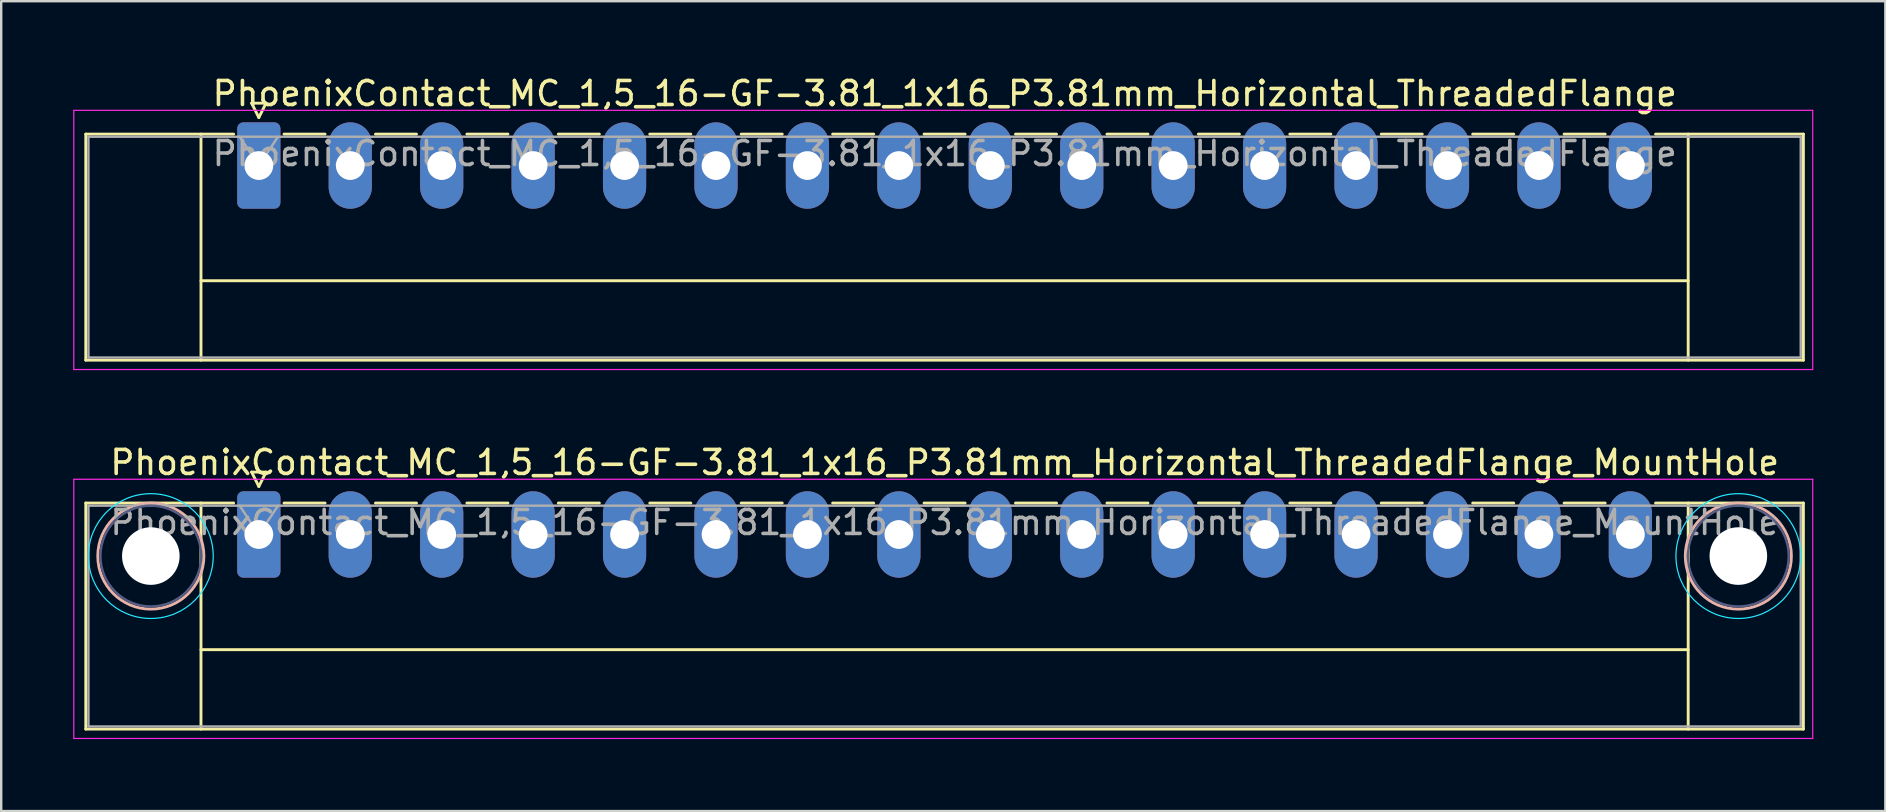
<source format=kicad_pcb>
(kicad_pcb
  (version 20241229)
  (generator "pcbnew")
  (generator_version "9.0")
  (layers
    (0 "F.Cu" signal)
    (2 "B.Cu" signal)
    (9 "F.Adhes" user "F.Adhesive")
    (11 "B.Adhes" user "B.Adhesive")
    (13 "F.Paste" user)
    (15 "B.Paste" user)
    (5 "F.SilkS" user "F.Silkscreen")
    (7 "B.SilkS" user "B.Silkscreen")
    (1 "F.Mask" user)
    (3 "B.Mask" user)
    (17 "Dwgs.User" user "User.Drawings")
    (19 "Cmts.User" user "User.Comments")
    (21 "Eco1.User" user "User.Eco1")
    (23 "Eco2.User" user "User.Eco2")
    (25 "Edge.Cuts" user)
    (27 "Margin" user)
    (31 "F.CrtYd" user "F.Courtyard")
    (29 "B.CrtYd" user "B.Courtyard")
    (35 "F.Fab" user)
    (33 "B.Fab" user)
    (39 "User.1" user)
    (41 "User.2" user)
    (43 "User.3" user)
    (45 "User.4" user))
  (footprint "PhoenixContact_MC_1,5_16-GF-3.81_1x16_P3.81mm_Horizontal_ThreadedFlange"
    (layer "F.Cu")
    (at 7.735 3.848)
    (property "Reference" "PhoenixContact_MC_1,5_16-GF-3.81_1x16_P3.81mm_Horizontal_ThreadedFlange" (at 28.58 -3 0) (layer "F.SilkS") (effects (font (size 1 1) (thickness 0.15))))
    (attr through_hole)
    (fp_line (start -7.21 -1.31) (end -7.21 8.11) (stroke (width 0.12) (type solid)) (layer "F.SilkS"))
    (fp_line (start -7.21 -1.31) (end -1.05 -1.31) (stroke (width 0.12) (type solid)) (layer "F.SilkS"))
    (fp_line (start -7.21 8.11) (end 64.36 8.11) (stroke (width 0.12) (type solid)) (layer "F.SilkS"))
    (fp_line (start -2.41 -1.31) (end -2.41 8.11) (stroke (width 0.12) (type solid)) (layer "F.SilkS"))
    (fp_line (start -2.41 4.8) (end 59.56 4.8) (stroke (width 0.12) (type solid)) (layer "F.SilkS"))
    (fp_line (start -0.3 -2.6) (end 0.3 -2.6) (stroke (width 0.12) (type solid)) (layer "F.SilkS"))
    (fp_line (start 0 -2) (end -0.3 -2.6) (stroke (width 0.12) (type solid)) (layer "F.SilkS"))
    (fp_line (start 0.3 -2.6) (end 0 -2) (stroke (width 0.12) (type solid)) (layer "F.SilkS"))
    (fp_line (start 1.05 -1.31) (end 2.76 -1.31) (stroke (width 0.12) (type solid)) (layer "F.SilkS"))
    (fp_line (start 4.86 -1.31) (end 6.57 -1.31) (stroke (width 0.12) (type solid)) (layer "F.SilkS"))
    (fp_line (start 8.67 -1.31) (end 10.38 -1.31) (stroke (width 0.12) (type solid)) (layer "F.SilkS"))
    (fp_line (start 12.48 -1.31) (end 14.19 -1.31) (stroke (width 0.12) (type solid)) (layer "F.SilkS"))
    (fp_line (start 16.29 -1.31) (end 18 -1.31) (stroke (width 0.12) (type solid)) (layer "F.SilkS"))
    (fp_line (start 20.1 -1.31) (end 21.81 -1.31) (stroke (width 0.12) (type solid)) (layer "F.SilkS"))
    (fp_line (start 23.91 -1.31) (end 25.62 -1.31) (stroke (width 0.12) (type solid)) (layer "F.SilkS"))
    (fp_line (start 27.72 -1.31) (end 29.43 -1.31) (stroke (width 0.12) (type solid)) (layer "F.SilkS"))
    (fp_line (start 31.53 -1.31) (end 33.24 -1.31) (stroke (width 0.12) (type solid)) (layer "F.SilkS"))
    (fp_line (start 35.34 -1.31) (end 37.05 -1.31) (stroke (width 0.12) (type solid)) (layer "F.SilkS"))
    (fp_line (start 39.15 -1.31) (end 40.86 -1.31) (stroke (width 0.12) (type solid)) (layer "F.SilkS"))
    (fp_line (start 42.96 -1.31) (end 44.67 -1.31) (stroke (width 0.12) (type solid)) (layer "F.SilkS"))
    (fp_line (start 46.77 -1.31) (end 48.48 -1.31) (stroke (width 0.12) (type solid)) (layer "F.SilkS"))
    (fp_line (start 50.58 -1.31) (end 52.29 -1.31) (stroke (width 0.12) (type solid)) (layer "F.SilkS"))
    (fp_line (start 54.39 -1.31) (end 56.1 -1.31) (stroke (width 0.12) (type solid)) (layer "F.SilkS"))
    (fp_line (start 59.56 -1.31) (end 59.56 8.11) (stroke (width 0.12) (type solid)) (layer "F.SilkS"))
    (fp_line (start 64.36 -1.31) (end 58.2 -1.31) (stroke (width 0.12) (type solid)) (layer "F.SilkS"))
    (fp_line (start 64.36 8.11) (end 64.36 -1.31) (stroke (width 0.12) (type solid)) (layer "F.SilkS"))
    (fp_line (start -7.71 -2.3) (end -7.71 8.5) (stroke (width 0.05) (type solid)) (layer "F.CrtYd"))
    (fp_line (start -7.71 8.5) (end 64.75 8.5) (stroke (width 0.05) (type solid)) (layer "F.CrtYd"))
    (fp_line (start 64.75 -2.3) (end -7.71 -2.3) (stroke (width 0.05) (type solid)) (layer "F.CrtYd"))
    (fp_line (start 64.75 8.5) (end 64.75 -2.3) (stroke (width 0.05) (type solid)) (layer "F.CrtYd"))
    (fp_line (start -7.1 -1.2) (end -7.1 8) (stroke (width 0.1) (type solid)) (layer "F.Fab"))
    (fp_line (start -7.1 8) (end 64.25 8) (stroke (width 0.1) (type solid)) (layer "F.Fab"))
    (fp_line (start 0 0) (end -0.8 -1.2) (stroke (width 0.1) (type solid)) (layer "F.Fab"))
    (fp_line (start 0.8 -1.2) (end 0 0) (stroke (width 0.1) (type solid)) (layer "F.Fab"))
    (fp_line (start 64.25 -1.2) (end -7.1 -1.2) (stroke (width 0.1) (type solid)) (layer "F.Fab"))
    (fp_line (start 64.25 8) (end 64.25 -1.2) (stroke (width 0.1) (type solid)) (layer "F.Fab"))
    (fp_text user "${REFERENCE}" (at 28.58 -0.5 0) (layer "F.Fab") (effects (font (size 1 1) (thickness 0.15))))
    (pad "1" thru_hole roundrect (at 0 0) (size 1.8 3.6) (drill 1.2) (layers "*.Cu" "*.Mask") (roundrect_rratio 0.139))
    (pad "2" thru_hole oval (at 3.81 0) (size 1.8 3.6) (drill 1.2) (layers "*.Cu" "*.Mask"))
    (pad "3" thru_hole oval (at 7.62 0) (size 1.8 3.6) (drill 1.2) (layers "*.Cu" "*.Mask"))
    (pad "4" thru_hole oval (at 11.43 0) (size 1.8 3.6) (drill 1.2) (layers "*.Cu" "*.Mask"))
    (pad "5" thru_hole oval (at 15.24 0) (size 1.8 3.6) (drill 1.2) (layers "*.Cu" "*.Mask"))
    (pad "6" thru_hole oval (at 19.05 0) (size 1.8 3.6) (drill 1.2) (layers "*.Cu" "*.Mask"))
    (pad "7" thru_hole oval (at 22.86 0) (size 1.8 3.6) (drill 1.2) (layers "*.Cu" "*.Mask"))
    (pad "8" thru_hole oval (at 26.67 0) (size 1.8 3.6) (drill 1.2) (layers "*.Cu" "*.Mask"))
    (pad "9" thru_hole oval (at 30.48 0) (size 1.8 3.6) (drill 1.2) (layers "*.Cu" "*.Mask"))
    (pad "10" thru_hole oval (at 34.29 0) (size 1.8 3.6) (drill 1.2) (layers "*.Cu" "*.Mask"))
    (pad "11" thru_hole oval (at 38.1 0) (size 1.8 3.6) (drill 1.2) (layers "*.Cu" "*.Mask"))
    (pad "12" thru_hole oval (at 41.91 0) (size 1.8 3.6) (drill 1.2) (layers "*.Cu" "*.Mask"))
    (pad "13" thru_hole oval (at 45.72 0) (size 1.8 3.6) (drill 1.2) (layers "*.Cu" "*.Mask"))
    (pad "14" thru_hole oval (at 49.53 0) (size 1.8 3.6) (drill 1.2) (layers "*.Cu" "*.Mask"))
    (pad "15" thru_hole oval (at 53.34 0) (size 1.8 3.6) (drill 1.2) (layers "*.Cu" "*.Mask"))
    (pad "16" thru_hole oval (at 57.15 0) (size 1.8 3.6) (drill 1.2) (layers "*.Cu" "*.Mask")))
  (footprint "PhoenixContact_MC_1,5_16-GF-3.81_1x16_P3.81mm_Horizontal_ThreadedFlange_MountHole"
    (layer "F.Cu")
    (at 7.735 19.221)
    (property "Reference" "PhoenixContact_MC_1,5_16-GF-3.81_1x16_P3.81mm_Horizontal_ThreadedFlange_MountHole" (at 28.58 -3 0) (layer "F.SilkS") (effects (font (size 1 1) (thickness 0.15))))
    (attr through_hole)
    (fp_line (start -7.21 -1.31) (end -7.21 8.11) (stroke (width 0.12) (type solid)) (layer "F.SilkS"))
    (fp_line (start -7.21 -1.31) (end -1.05 -1.31) (stroke (width 0.12) (type solid)) (layer "F.SilkS"))
    (fp_line (start -7.21 8.11) (end 64.36 8.11) (stroke (width 0.12) (type solid)) (layer "F.SilkS"))
    (fp_line (start -2.41 -1.31) (end -2.41 8.11) (stroke (width 0.12) (type solid)) (layer "F.SilkS"))
    (fp_line (start -2.41 4.8) (end 59.56 4.8) (stroke (width 0.12) (type solid)) (layer "F.SilkS"))
    (fp_line (start -0.3 -2.6) (end 0.3 -2.6) (stroke (width 0.12) (type solid)) (layer "F.SilkS"))
    (fp_line (start 0 -2) (end -0.3 -2.6) (stroke (width 0.12) (type solid)) (layer "F.SilkS"))
    (fp_line (start 0.3 -2.6) (end 0 -2) (stroke (width 0.12) (type solid)) (layer "F.SilkS"))
    (fp_line (start 1.05 -1.31) (end 2.76 -1.31) (stroke (width 0.12) (type solid)) (layer "F.SilkS"))
    (fp_line (start 4.86 -1.31) (end 6.57 -1.31) (stroke (width 0.12) (type solid)) (layer "F.SilkS"))
    (fp_line (start 8.67 -1.31) (end 10.38 -1.31) (stroke (width 0.12) (type solid)) (layer "F.SilkS"))
    (fp_line (start 12.48 -1.31) (end 14.19 -1.31) (stroke (width 0.12) (type solid)) (layer "F.SilkS"))
    (fp_line (start 16.29 -1.31) (end 18 -1.31) (stroke (width 0.12) (type solid)) (layer "F.SilkS"))
    (fp_line (start 20.1 -1.31) (end 21.81 -1.31) (stroke (width 0.12) (type solid)) (layer "F.SilkS"))
    (fp_line (start 23.91 -1.31) (end 25.62 -1.31) (stroke (width 0.12) (type solid)) (layer "F.SilkS"))
    (fp_line (start 27.72 -1.31) (end 29.43 -1.31) (stroke (width 0.12) (type solid)) (layer "F.SilkS"))
    (fp_line (start 31.53 -1.31) (end 33.24 -1.31) (stroke (width 0.12) (type solid)) (layer "F.SilkS"))
    (fp_line (start 35.34 -1.31) (end 37.05 -1.31) (stroke (width 0.12) (type solid)) (layer "F.SilkS"))
    (fp_line (start 39.15 -1.31) (end 40.86 -1.31) (stroke (width 0.12) (type solid)) (layer "F.SilkS"))
    (fp_line (start 42.96 -1.31) (end 44.67 -1.31) (stroke (width 0.12) (type solid)) (layer "F.SilkS"))
    (fp_line (start 46.77 -1.31) (end 48.48 -1.31) (stroke (width 0.12) (type solid)) (layer "F.SilkS"))
    (fp_line (start 50.58 -1.31) (end 52.29 -1.31) (stroke (width 0.12) (type solid)) (layer "F.SilkS"))
    (fp_line (start 54.39 -1.31) (end 56.1 -1.31) (stroke (width 0.12) (type solid)) (layer "F.SilkS"))
    (fp_line (start 59.56 -1.31) (end 59.56 8.11) (stroke (width 0.12) (type solid)) (layer "F.SilkS"))
    (fp_line (start 64.36 -1.31) (end 58.2 -1.31) (stroke (width 0.12) (type solid)) (layer "F.SilkS"))
    (fp_line (start 64.36 8.11) (end 64.36 -1.31) (stroke (width 0.12) (type solid)) (layer "F.SilkS"))
    (fp_circle (center -4.5 0.9) (end -2.29 0.9) (stroke (width 0.12) (type solid)) (fill no) (layer "B.SilkS"))
    (fp_circle (center 61.65 0.9) (end 63.86 0.9) (stroke (width 0.12) (type solid)) (fill no) (layer "B.SilkS"))
    (fp_circle (center -4.5 0.9) (end -1.9 0.9) (stroke (width 0.05) (type solid)) (fill no) (layer "B.CrtYd"))
    (fp_circle (center 61.65 0.9) (end 64.25 0.9) (stroke (width 0.05) (type solid)) (fill no) (layer "B.CrtYd"))
    (fp_line (start -7.71 -2.3) (end -7.71 8.5) (stroke (width 0.05) (type solid)) (layer "F.CrtYd"))
    (fp_line (start -7.71 8.5) (end 64.75 8.5) (stroke (width 0.05) (type solid)) (layer "F.CrtYd"))
    (fp_line (start 64.75 -2.3) (end -7.71 -2.3) (stroke (width 0.05) (type solid)) (layer "F.CrtYd"))
    (fp_line (start 64.75 8.5) (end 64.75 -2.3) (stroke (width 0.05) (type solid)) (layer "F.CrtYd"))
    (fp_circle (center -4.5 0.9) (end -2.4 0.9) (stroke (width 0.1) (type solid)) (fill no) (layer "B.Fab"))
    (fp_circle (center 61.65 0.9) (end 63.75 0.9) (stroke (width 0.1) (type solid)) (fill no) (layer "B.Fab"))
    (fp_line (start -7.1 -1.2) (end -7.1 8) (stroke (width 0.1) (type solid)) (layer "F.Fab"))
    (fp_line (start -7.1 8) (end 64.25 8) (stroke (width 0.1) (type solid)) (layer "F.Fab"))
    (fp_line (start 0 0) (end -0.8 -1.2) (stroke (width 0.1) (type solid)) (layer "F.Fab"))
    (fp_line (start 0.8 -1.2) (end 0 0) (stroke (width 0.1) (type solid)) (layer "F.Fab"))
    (fp_line (start 64.25 -1.2) (end -7.1 -1.2) (stroke (width 0.1) (type solid)) (layer "F.Fab"))
    (fp_line (start 64.25 8) (end 64.25 -1.2) (stroke (width 0.1) (type solid)) (layer "F.Fab"))
    (fp_text user "${REFERENCE}" (at 28.58 -0.5 0) (layer "F.Fab") (effects (font (size 1 1) (thickness 0.15))))
    (pad "" np_thru_hole circle (at -4.5 0.9) (size 2.4 2.4) (drill 2.4) (layers "*.Cu" "*.Mask"))
    (pad "" np_thru_hole circle (at 61.65 0.9) (size 2.4 2.4) (drill 2.4) (layers "*.Cu" "*.Mask"))
    (pad "1" thru_hole roundrect (at 0 0) (size 1.8 3.6) (drill 1.2) (layers "*.Cu" "*.Mask") (roundrect_rratio 0.139))
    (pad "2" thru_hole oval (at 3.81 0) (size 1.8 3.6) (drill 1.2) (layers "*.Cu" "*.Mask"))
    (pad "3" thru_hole oval (at 7.62 0) (size 1.8 3.6) (drill 1.2) (layers "*.Cu" "*.Mask"))
    (pad "4" thru_hole oval (at 11.43 0) (size 1.8 3.6) (drill 1.2) (layers "*.Cu" "*.Mask"))
    (pad "5" thru_hole oval (at 15.24 0) (size 1.8 3.6) (drill 1.2) (layers "*.Cu" "*.Mask"))
    (pad "6" thru_hole oval (at 19.05 0) (size 1.8 3.6) (drill 1.2) (layers "*.Cu" "*.Mask"))
    (pad "7" thru_hole oval (at 22.86 0) (size 1.8 3.6) (drill 1.2) (layers "*.Cu" "*.Mask"))
    (pad "8" thru_hole oval (at 26.67 0) (size 1.8 3.6) (drill 1.2) (layers "*.Cu" "*.Mask"))
    (pad "9" thru_hole oval (at 30.48 0) (size 1.8 3.6) (drill 1.2) (layers "*.Cu" "*.Mask"))
    (pad "10" thru_hole oval (at 34.29 0) (size 1.8 3.6) (drill 1.2) (layers "*.Cu" "*.Mask"))
    (pad "11" thru_hole oval (at 38.1 0) (size 1.8 3.6) (drill 1.2) (layers "*.Cu" "*.Mask"))
    (pad "12" thru_hole oval (at 41.91 0) (size 1.8 3.6) (drill 1.2) (layers "*.Cu" "*.Mask"))
    (pad "13" thru_hole oval (at 45.72 0) (size 1.8 3.6) (drill 1.2) (layers "*.Cu" "*.Mask"))
    (pad "14" thru_hole oval (at 49.53 0) (size 1.8 3.6) (drill 1.2) (layers "*.Cu" "*.Mask"))
    (pad "15" thru_hole oval (at 53.34 0) (size 1.8 3.6) (drill 1.2) (layers "*.Cu" "*.Mask"))
    (pad "16" thru_hole oval (at 57.15 0) (size 1.8 3.6) (drill 1.2) (layers "*.Cu" "*.Mask")))
  (gr_rect
    (start -3 -3)
    (end 75.51 30.747)
    (stroke (width 0.1) (type default))
    (fill no)
    (layer "Edge.Cuts")))
</source>
